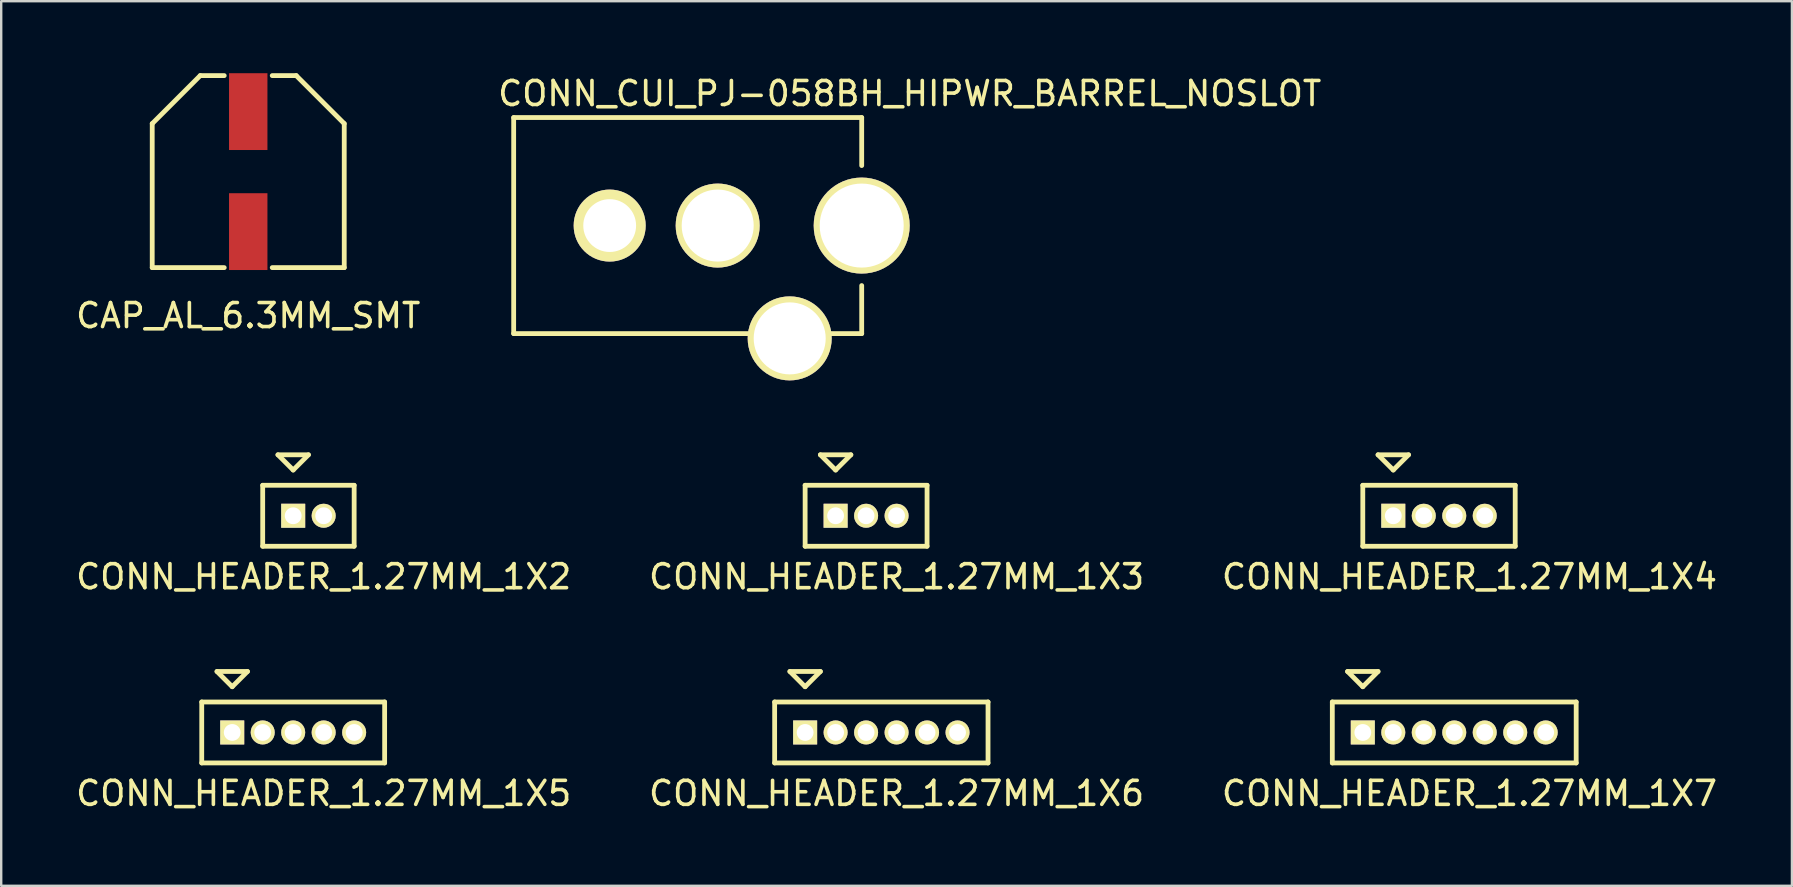
<source format=kicad_pcb>
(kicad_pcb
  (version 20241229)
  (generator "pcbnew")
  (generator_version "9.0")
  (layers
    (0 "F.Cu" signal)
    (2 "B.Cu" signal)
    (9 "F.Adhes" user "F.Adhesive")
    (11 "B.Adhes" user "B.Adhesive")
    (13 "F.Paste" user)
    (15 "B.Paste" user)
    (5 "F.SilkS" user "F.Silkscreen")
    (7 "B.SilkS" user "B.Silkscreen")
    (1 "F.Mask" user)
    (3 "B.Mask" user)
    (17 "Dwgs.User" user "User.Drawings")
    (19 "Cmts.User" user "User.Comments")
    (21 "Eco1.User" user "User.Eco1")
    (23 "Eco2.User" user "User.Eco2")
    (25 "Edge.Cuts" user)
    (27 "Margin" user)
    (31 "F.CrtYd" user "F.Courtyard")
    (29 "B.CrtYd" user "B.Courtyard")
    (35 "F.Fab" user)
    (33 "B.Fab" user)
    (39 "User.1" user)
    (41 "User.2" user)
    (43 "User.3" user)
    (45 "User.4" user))
  (footprint "CONN_HEADER_1.27MM_1X7"
    (layer "F.Cu")
    (at 57.538 27.466)
    (property "Reference" "CONN_HEADER_1.27MM_1X7" (at 0.635 2.54 0) (layer "F.SilkS") (effects (font (size 1 1) (thickness 0.15))))
    (attr through_hole)
    (fp_line (start -5.08 -1.27) (end -5.08 1.27) (stroke (width 0.2) (type solid)) (layer "F.SilkS"))
    (fp_line (start -5.08 1.27) (end 5.08 1.27) (stroke (width 0.2) (type solid)) (layer "F.SilkS"))
    (fp_line (start -4.445 -2.54) (end -3.81 -1.905) (stroke (width 0.2) (type solid)) (layer "F.SilkS"))
    (fp_line (start -3.81 -1.905) (end -3.175 -2.54) (stroke (width 0.2) (type solid)) (layer "F.SilkS"))
    (fp_line (start -3.175 -2.54) (end -4.445 -2.54) (stroke (width 0.2) (type solid)) (layer "F.SilkS"))
    (fp_line (start 5.08 -1.27) (end -5.08 -1.27) (stroke (width 0.2) (type solid)) (layer "F.SilkS"))
    (fp_line (start 5.08 1.27) (end 5.08 -1.27) (stroke (width 0.2) (type solid)) (layer "F.SilkS"))
    (pad "1" thru_hole rect (at -3.81 0) (size 1 1) (drill 0.7) (layers "*.Cu" "*.Mask" "F.SilkS"))
    (pad "2" thru_hole circle (at -2.54 0) (size 1 1) (drill 0.7) (layers "*.Cu" "*.Mask" "F.SilkS"))
    (pad "3" thru_hole circle (at -1.27 0) (size 1 1) (drill 0.7) (layers "*.Cu" "*.Mask" "F.SilkS"))
    (pad "4" thru_hole circle (at 0 0) (size 1 1) (drill 0.7) (layers "*.Cu" "*.Mask" "F.SilkS"))
    (pad "5" thru_hole circle (at 1.27 0) (size 1 1) (drill 0.7) (layers "*.Cu" "*.Mask" "F.SilkS"))
    (pad "6" thru_hole circle (at 2.54 0) (size 1 1) (drill 0.7) (layers "*.Cu" "*.Mask" "F.SilkS"))
    (pad "7" thru_hole circle (at 3.81 0) (size 1 1) (drill 0.7) (layers "*.Cu" "*.Mask" "F.SilkS")))
  (footprint "CONN_HEADER_1.27MM_1X6"
    (layer "F.Cu")
    (at 33.669 27.466)
    (property "Reference" "CONN_HEADER_1.27MM_1X6" (at 0.635 2.54 0) (layer "F.SilkS") (effects (font (size 1 1) (thickness 0.15))))
    (attr through_hole)
    (fp_line (start -4.445 -1.27) (end -4.445 1.27) (stroke (width 0.2) (type solid)) (layer "F.SilkS"))
    (fp_line (start -4.445 1.27) (end 4.445 1.27) (stroke (width 0.2) (type solid)) (layer "F.SilkS"))
    (fp_line (start -3.81 -2.54) (end -3.175 -1.905) (stroke (width 0.2) (type solid)) (layer "F.SilkS"))
    (fp_line (start -3.175 -1.905) (end -2.54 -2.54) (stroke (width 0.2) (type solid)) (layer "F.SilkS"))
    (fp_line (start -2.54 -2.54) (end -3.81 -2.54) (stroke (width 0.2) (type solid)) (layer "F.SilkS"))
    (fp_line (start 4.445 -1.27) (end -4.445 -1.27) (stroke (width 0.2) (type solid)) (layer "F.SilkS"))
    (fp_line (start 4.445 1.27) (end 4.445 -1.27) (stroke (width 0.2) (type solid)) (layer "F.SilkS"))
    (pad "1" thru_hole rect (at -3.175 0) (size 1 1) (drill 0.7) (layers "*.Cu" "*.Mask" "F.SilkS"))
    (pad "2" thru_hole circle (at -1.905 0) (size 1 1) (drill 0.7) (layers "*.Cu" "*.Mask" "F.SilkS"))
    (pad "3" thru_hole circle (at -0.635 0) (size 1 1) (drill 0.7) (layers "*.Cu" "*.Mask" "F.SilkS"))
    (pad "4" thru_hole circle (at 0.635 0) (size 1 1) (drill 0.7) (layers "*.Cu" "*.Mask" "F.SilkS"))
    (pad "5" thru_hole circle (at 1.905 0) (size 1 1) (drill 0.7) (layers "*.Cu" "*.Mask" "F.SilkS"))
    (pad "6" thru_hole circle (at 3.175 0) (size 1 1) (drill 0.7) (layers "*.Cu" "*.Mask" "F.SilkS")))
  (footprint "CONN_HEADER_1.27MM_1X5"
    (layer "F.Cu")
    (at 9.165 27.466)
    (property "Reference" "CONN_HEADER_1.27MM_1X5" (at 1.27 2.54 0) (layer "F.SilkS") (effects (font (size 1 1) (thickness 0.15))))
    (attr through_hole)
    (fp_line (start -3.81 -1.27) (end -3.81 1.27) (stroke (width 0.2) (type solid)) (layer "F.SilkS"))
    (fp_line (start -3.81 1.27) (end 3.81 1.27) (stroke (width 0.2) (type solid)) (layer "F.SilkS"))
    (fp_line (start -3.175 -2.54) (end -2.54 -1.905) (stroke (width 0.2) (type solid)) (layer "F.SilkS"))
    (fp_line (start -2.54 -1.905) (end -1.905 -2.54) (stroke (width 0.2) (type solid)) (layer "F.SilkS"))
    (fp_line (start -1.905 -2.54) (end -3.175 -2.54) (stroke (width 0.2) (type solid)) (layer "F.SilkS"))
    (fp_line (start 3.81 -1.27) (end -3.81 -1.27) (stroke (width 0.2) (type solid)) (layer "F.SilkS"))
    (fp_line (start 3.81 1.27) (end 3.81 -1.27) (stroke (width 0.2) (type solid)) (layer "F.SilkS"))
    (pad "1" thru_hole rect (at -2.54 0) (size 1 1) (drill 0.7) (layers "*.Cu" "*.Mask" "F.SilkS"))
    (pad "2" thru_hole circle (at -1.27 0) (size 1 1) (drill 0.7) (layers "*.Cu" "*.Mask" "F.SilkS"))
    (pad "3" thru_hole circle (at 0 0) (size 1 1) (drill 0.7) (layers "*.Cu" "*.Mask" "F.SilkS"))
    (pad "4" thru_hole circle (at 1.27 0) (size 1 1) (drill 0.7) (layers "*.Cu" "*.Mask" "F.SilkS"))
    (pad "5" thru_hole circle (at 2.54 0) (size 1 1) (drill 0.7) (layers "*.Cu" "*.Mask" "F.SilkS")))
  (footprint "CONN_HEADER_1.27MM_1X4"
    (layer "F.Cu")
    (at 56.903 18.438)
    (property "Reference" "CONN_HEADER_1.27MM_1X4" (at 1.27 2.54 0) (layer "F.SilkS") (effects (font (size 1 1) (thickness 0.15))))
    (attr through_hole)
    (fp_line (start -3.175 -1.27) (end -3.175 1.27) (stroke (width 0.2) (type solid)) (layer "F.SilkS"))
    (fp_line (start -3.175 1.27) (end 3.175 1.27) (stroke (width 0.2) (type solid)) (layer "F.SilkS"))
    (fp_line (start -2.54 -2.54) (end -1.905 -1.905) (stroke (width 0.2) (type solid)) (layer "F.SilkS"))
    (fp_line (start -1.905 -1.905) (end -1.27 -2.54) (stroke (width 0.2) (type solid)) (layer "F.SilkS"))
    (fp_line (start -1.27 -2.54) (end -2.54 -2.54) (stroke (width 0.2) (type solid)) (layer "F.SilkS"))
    (fp_line (start 3.175 -1.27) (end -3.175 -1.27) (stroke (width 0.2) (type solid)) (layer "F.SilkS"))
    (fp_line (start 3.175 1.27) (end 3.175 -1.27) (stroke (width 0.2) (type solid)) (layer "F.SilkS"))
    (pad "1" thru_hole rect (at -1.905 0) (size 1 1) (drill 0.7) (layers "*.Cu" "*.Mask" "F.SilkS"))
    (pad "2" thru_hole circle (at -0.635 0) (size 1 1) (drill 0.7) (layers "*.Cu" "*.Mask" "F.SilkS"))
    (pad "3" thru_hole circle (at 0.635 0) (size 1 1) (drill 0.7) (layers "*.Cu" "*.Mask" "F.SilkS"))
    (pad "4" thru_hole circle (at 1.905 0) (size 1 1) (drill 0.7) (layers "*.Cu" "*.Mask" "F.SilkS")))
  (footprint "CONN_CUI_PJ-058BH_HIPWR_BARREL_NOSLOT"
    (layer "F.Cu")
    (at 26.351 6.348)
    (property "Reference" "CONN_CUI_PJ-058BH_HIPWR_BARREL_NOSLOT" (at 8.5 -5.5 0) (layer "F.SilkS") (effects (font (size 1 1) (thickness 0.15))))
    (attr through_hole)
    (fp_line (start -8 -4.5) (end 6.5 -4.5) (stroke (width 0.2) (type solid)) (layer "F.SilkS"))
    (fp_line (start -8 4.5) (end -8 -4.5) (stroke (width 0.2) (type solid)) (layer "F.SilkS"))
    (fp_line (start -8 4.5) (end 6.5 4.5) (stroke (width 0.2) (type solid)) (layer "F.SilkS"))
    (fp_line (start 6.5 -4.5) (end 6.5 -2.5) (stroke (width 0.2) (type solid)) (layer "F.SilkS"))
    (fp_line (start 6.5 2.5) (end 6.5 4.5) (stroke (width 0.2) (type solid)) (layer "F.SilkS"))
    (pad "" thru_hole circle (at -4 0) (size 3 3) (drill 2.2) (layers "*.Cu" "*.Mask" "F.SilkS"))
    (pad "1" thru_hole circle (at 6.5 0) (size 4 4) (drill 3.5) (layers "*.Cu" "*.Mask" "F.SilkS"))
    (pad "2" thru_hole circle (at 0.5 0) (size 3.5 3.5) (drill 3) (layers "*.Cu" "*.Mask" "F.SilkS"))
    (pad "3" thru_hole circle (at 3.5 4.7) (size 3.5 3.5) (drill 3) (layers "*.Cu" "*.Mask" "F.SilkS")))
  (footprint "CONN_HEADER_1.27MM_1X3"
    (layer "F.Cu")
    (at 33.034 18.438)
    (property "Reference" "CONN_HEADER_1.27MM_1X3" (at 1.27 2.54 0) (layer "F.SilkS") (effects (font (size 1 1) (thickness 0.15))))
    (attr through_hole)
    (fp_line (start -2.54 -1.27) (end -2.54 1.27) (stroke (width 0.2) (type solid)) (layer "F.SilkS"))
    (fp_line (start -2.54 1.27) (end 2.54 1.27) (stroke (width 0.2) (type solid)) (layer "F.SilkS"))
    (fp_line (start -1.905 -2.54) (end -1.27 -1.905) (stroke (width 0.2) (type solid)) (layer "F.SilkS"))
    (fp_line (start -1.27 -1.905) (end -0.635 -2.54) (stroke (width 0.2) (type solid)) (layer "F.SilkS"))
    (fp_line (start -0.635 -2.54) (end -1.905 -2.54) (stroke (width 0.2) (type solid)) (layer "F.SilkS"))
    (fp_line (start 2.54 -1.27) (end -2.54 -1.27) (stroke (width 0.2) (type solid)) (layer "F.SilkS"))
    (fp_line (start 2.54 1.27) (end 2.54 -1.27) (stroke (width 0.2) (type solid)) (layer "F.SilkS"))
    (pad "1" thru_hole rect (at -1.27 0) (size 1 1) (drill 0.7) (layers "*.Cu" "*.Mask" "F.SilkS"))
    (pad "2" thru_hole circle (at 0 0) (size 1 1) (drill 0.7) (layers "*.Cu" "*.Mask" "F.SilkS"))
    (pad "3" thru_hole circle (at 1.27 0) (size 1 1) (drill 0.7) (layers "*.Cu" "*.Mask" "F.SilkS")))
  (footprint "CONN_HEADER_1.27MM_1X2"
    (layer "F.Cu")
    (at 9.8 18.438)
    (property "Reference" "CONN_HEADER_1.27MM_1X2" (at 0.635 2.54 0) (layer "F.SilkS") (effects (font (size 1 1) (thickness 0.15))))
    (attr through_hole)
    (fp_line (start -1.905 -1.27) (end -1.905 1.27) (stroke (width 0.2) (type solid)) (layer "F.SilkS"))
    (fp_line (start -1.905 1.27) (end 1.905 1.27) (stroke (width 0.2) (type solid)) (layer "F.SilkS"))
    (fp_line (start -1.27 -2.54) (end -0.635 -1.905) (stroke (width 0.2) (type solid)) (layer "F.SilkS"))
    (fp_line (start -0.635 -1.905) (end 0 -2.54) (stroke (width 0.2) (type solid)) (layer "F.SilkS"))
    (fp_line (start 0 -2.54) (end -1.27 -2.54) (stroke (width 0.2) (type solid)) (layer "F.SilkS"))
    (fp_line (start 1.905 -1.27) (end -1.905 -1.27) (stroke (width 0.2) (type solid)) (layer "F.SilkS"))
    (fp_line (start 1.905 1.27) (end 1.905 -1.27) (stroke (width 0.2) (type solid)) (layer "F.SilkS"))
    (pad "1" thru_hole rect (at -0.635 0) (size 1 1) (drill 0.7) (layers "*.Cu" "*.Mask" "F.SilkS"))
    (pad "2" thru_hole circle (at 0.635 0) (size 1 1) (drill 0.7) (layers "*.Cu" "*.Mask" "F.SilkS")))
  (footprint "CAP_AL_6.3MM_SMT"
    (layer "F.Cu")
    (at 7.292 4.1)
    (property "Reference" "CAP_AL_6.3MM_SMT" (at 0 6 0) (layer "F.SilkS") (effects (font (size 1 1) (thickness 0.15))))
    (attr through_hole)
    (fp_line (start -4 -2) (end -2 -4) (stroke (width 0.2) (type solid)) (layer "F.SilkS"))
    (fp_line (start -4 4) (end -4 -2) (stroke (width 0.2) (type solid)) (layer "F.SilkS"))
    (fp_line (start -4 4) (end -1 4) (stroke (width 0.2) (type solid)) (layer "F.SilkS"))
    (fp_line (start -2 -4) (end -1 -4) (stroke (width 0.2) (type solid)) (layer "F.SilkS"))
    (fp_line (start 1 4) (end 4 4) (stroke (width 0.2) (type solid)) (layer "F.SilkS"))
    (fp_line (start 2 -4) (end 1 -4) (stroke (width 0.2) (type solid)) (layer "F.SilkS"))
    (fp_line (start 4 -2) (end 2 -4) (stroke (width 0.2) (type solid)) (layer "F.SilkS"))
    (fp_line (start 4 4) (end 4 -2) (stroke (width 0.2) (type solid)) (layer "F.SilkS"))
    (pad "1" smd rect (at 0 -2.5) (size 1.6 3.2) (layers "F.Cu" "F.Mask" "F.Paste"))
    (pad "2" smd rect (at 0 2.5) (size 1.6 3.2) (layers "F.Cu" "F.Mask" "F.Paste")))
  (gr_rect
    (start -3 -3)
    (end 71.607 33.855)
    (stroke (width 0.1) (type default))
    (fill no)
    (layer "Edge.Cuts")))
</source>
